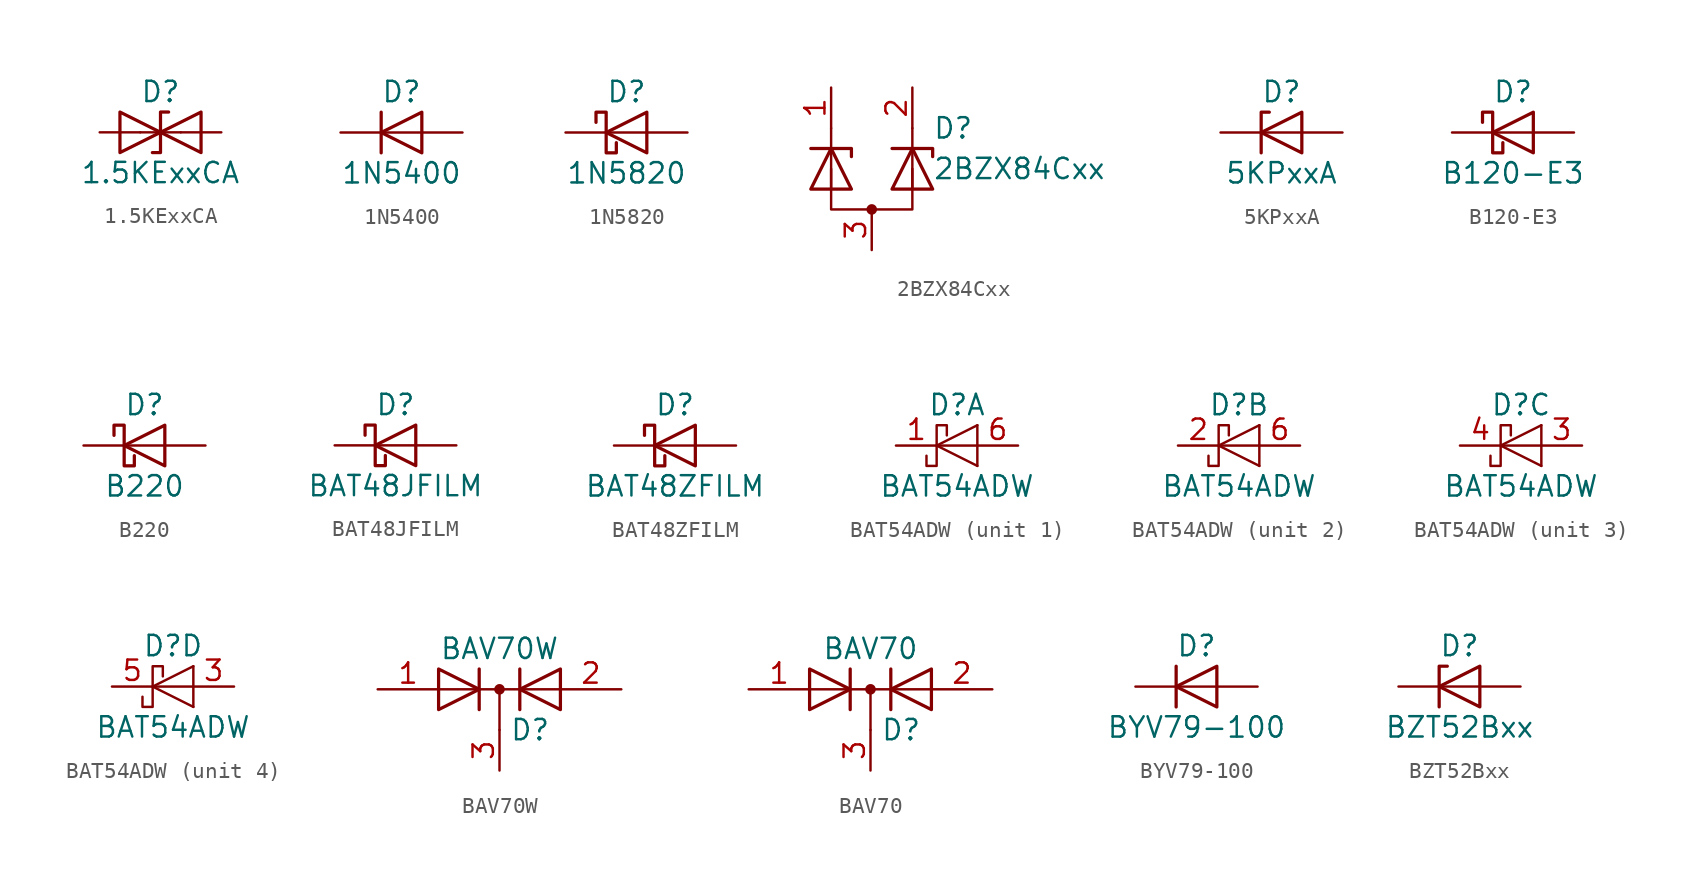
<source format=kicad_sym>
(kicad_symbol_lib
  (version 20201005)
  (generator kicad_symbol_editor)
  (symbol "1.5KExxCA"
    (pin_numbers hide)
    (pin_names
      (offset 1.016) hide)
    (property "Reference" "D"
      (at 0 2.54 0)
      (effects (font (size 1.27 1.27))))
    (property "Value" "1.5KExxCA"
      (at 0 -2.54 0)
      (effects (font (size 1.27 1.27))))
    (symbol "1.5KExxCA_0_1"
      (polyline (pts (xy 1.27 0) (xy -1.27 0)) (stroke (width 0)) (fill (type none)))
      (polyline (pts (xy -2.54 -1.27) (xy 0 0) (xy -2.54 1.27) (xy -2.54 -1.27)) (stroke (width 0.203)) (fill (type none)))
      (polyline (pts (xy 0.508 1.27) (xy 0 1.27) (xy 0 -1.27) (xy -0.508 -1.27)) (stroke (width 0.203)) (fill (type none)))
      (polyline (pts (xy 2.54 1.27) (xy 2.54 -1.27) (xy 0 0) (xy 2.54 1.27)) (stroke (width 0.203)) (fill (type none))))
    (symbol "1.5KExxCA_1_1"
      (pin passive line (at -3.81 0 0) (length 2.54) (name "A1" (effects (font (size 1.27 1.27)))) (number "1" (effects (font (size 1.27 1.27)))))
      (pin passive line (at 3.81 0 180) (length 2.54) (name "A2" (effects (font (size 1.27 1.27)))) (number "2" (effects (font (size 1.27 1.27)))))))
  (symbol "1N5400"
    (pin_numbers hide)
    (pin_names
      (offset 1.016) hide)
    (property "Reference" "D"
      (at 0 2.54 0)
      (effects (font (size 1.27 1.27))))
    (property "Value" "1N5400"
      (at 0 -2.54 0)
      (effects (font (size 1.27 1.27))))
    (symbol "1N5400_0_1"
      (polyline (pts (xy -1.27 1.27) (xy -1.27 -1.27)) (stroke (width 0.203)) (fill (type none)))
      (polyline (pts (xy 1.27 0) (xy -1.27 0)) (stroke (width 0)) (fill (type none)))
      (polyline (pts (xy 1.27 1.27) (xy 1.27 -1.27) (xy -1.27 0) (xy 1.27 1.27)) (stroke (width 0.203)) (fill (type none))))
    (symbol "1N5400_1_1"
      (pin passive line (at -3.81 0 0) (length 2.54) (name "K" (effects (font (size 1.27 1.27)))) (number "1" (effects (font (size 1.27 1.27)))))
      (pin passive line (at 3.81 0 180) (length 2.54) (name "A" (effects (font (size 1.27 1.27)))) (number "2" (effects (font (size 1.27 1.27)))))))
  (symbol "1N5820"
    (pin_numbers hide)
    (pin_names
      (offset 1.016) hide)
    (property "Reference" "D"
      (at 0 2.54 0)
      (effects (font (size 1.27 1.27))))
    (property "Value" "1N5820"
      (at 0 -2.54 0)
      (effects (font (size 1.27 1.27))))
    (symbol "1N5820_0_1"
      (polyline (pts (xy 1.27 0) (xy -1.27 0)) (stroke (width 0)) (fill (type none)))
      (polyline (pts (xy 1.27 1.27) (xy 1.27 -1.27) (xy -1.27 0) (xy 1.27 1.27)) (stroke (width 0.203)) (fill (type none)))
      (polyline (pts (xy -1.905 0.635) (xy -1.905 1.27) (xy -1.27 1.27) (xy -1.27 -1.27) (xy -0.635 -1.27) (xy -0.635 -0.635)) (stroke (width 0.203)) (fill (type none))))
    (symbol "1N5820_1_1"
      (pin passive line (at -3.81 0 0) (length 2.54) (name "K" (effects (font (size 1.27 1.27)))) (number "1" (effects (font (size 1.27 1.27)))))
      (pin passive line (at 3.81 0 180) (length 2.54) (name "A" (effects (font (size 1.27 1.27)))) (number "2" (effects (font (size 1.27 1.27)))))))
  (symbol "2BZX84Cxx"
    (pin_names
      (offset 1.016) hide)
    (property "Reference" "D"
      (at 3.81 2.54 0)
      (effects (font (size 1.27 1.27)) (justify left)))
    (property "Value" "2BZX84Cxx"
      (at 3.81 0 0)
      (effects (font (size 1.27 1.27)) (justify left)))
    (symbol "2BZX84Cxx_0_1"
      (circle (center 0 -2.54) (radius 0.254) (stroke (width 0)) (fill (type outline)))
      (polyline (pts (xy -2.54 -1.27) (xy -2.54 2.54)) (stroke (width 0)) (fill (type none)))
      (polyline (pts (xy 2.54 -1.27) (xy 2.54 2.54)) (stroke (width 0)) (fill (type none)))
      (polyline (pts (xy -3.81 1.27) (xy -1.27 1.27) (xy -1.27 0.762)) (stroke (width 0.203)) (fill (type none)))
      (polyline (pts (xy 1.27 1.27) (xy 3.81 1.27) (xy 3.81 0.762)) (stroke (width 0.203)) (fill (type none)))
      (polyline (pts (xy -2.54 0) (xy -2.54 -2.54) (xy 2.54 -2.54) (xy 2.54 0)) (stroke (width 0)) (fill (type none))))
    (symbol "2BZX84Cxx_1_1"
      (polyline (pts (xy -3.81 -1.27) (xy -1.27 -1.27) (xy -2.54 1.27) (xy -3.81 -1.27)) (stroke (width 0.203)) (fill (type none)))
      (polyline (pts (xy 1.27 -1.27) (xy 3.81 -1.27) (xy 2.54 1.27) (xy 1.27 -1.27)) (stroke (width 0.203)) (fill (type none)))
      (pin passive line (at -2.54 5.08 270) (length 2.54) (name "K" (effects (font (size 1.27 1.27)))) (number "1" (effects (font (size 1.27 1.27)))))
      (pin passive line (at 2.54 5.08 270) (length 2.54) (name "K" (effects (font (size 1.27 1.27)))) (number "2" (effects (font (size 1.27 1.27)))))
      (pin passive line (at 0 -5.08 90) (length 2.54) (name "A" (effects (font (size 1.27 1.27)))) (number "3" (effects (font (size 1.27 1.27)))))))
  (symbol "5KPxxA"
    (pin_numbers hide)
    (pin_names
      (offset 1.016) hide)
    (property "Reference" "D"
      (at 0 2.54 0)
      (effects (font (size 1.27 1.27))))
    (property "Value" "5KPxxA"
      (at 0 -2.54 0)
      (effects (font (size 1.27 1.27))))
    (symbol "5KPxxA_0_1"
      (polyline (pts (xy 1.27 0) (xy -1.27 0)) (stroke (width 0)) (fill (type none)))
      (polyline (pts (xy -0.762 1.27) (xy -1.27 1.27) (xy -1.27 -1.27)) (stroke (width 0.203)) (fill (type none)))
      (polyline (pts (xy 1.27 1.27) (xy 1.27 -1.27) (xy -1.27 0) (xy 1.27 1.27)) (stroke (width 0.203)) (fill (type none))))
    (symbol "5KPxxA_1_1"
      (pin passive line (at -3.81 0 0) (length 2.54) (name "A1" (effects (font (size 1.27 1.27)))) (number "1" (effects (font (size 1.27 1.27)))))
      (pin passive line (at 3.81 0 180) (length 2.54) (name "A2" (effects (font (size 1.27 1.27)))) (number "2" (effects (font (size 1.27 1.27)))))))
  (symbol "B120-E3"
    (pin_numbers hide)
    (pin_names
      (offset 1.016) hide)
    (property "Reference" "D"
      (at 0 2.54 0)
      (effects (font (size 1.27 1.27))))
    (property "Value" "B120-E3"
      (at 0 -2.54 0)
      (effects (font (size 1.27 1.27))))
    (symbol "B120-E3_0_1"
      (polyline (pts (xy 1.27 0) (xy -1.27 0)) (stroke (width 0)) (fill (type none)))
      (polyline (pts (xy 1.27 1.27) (xy 1.27 -1.27) (xy -1.27 0) (xy 1.27 1.27)) (stroke (width 0.203)) (fill (type none)))
      (polyline (pts (xy -1.905 0.635) (xy -1.905 1.27) (xy -1.27 1.27) (xy -1.27 -1.27) (xy -0.635 -1.27) (xy -0.635 -0.635)) (stroke (width 0.203)) (fill (type none))))
    (symbol "B120-E3_1_1"
      (pin passive line (at -3.81 0 0) (length 2.54) (name "K" (effects (font (size 1.27 1.27)))) (number "1" (effects (font (size 1.27 1.27)))))
      (pin passive line (at 3.81 0 180) (length 2.54) (name "A" (effects (font (size 1.27 1.27)))) (number "2" (effects (font (size 1.27 1.27)))))))
  (symbol "B220"
    (pin_numbers hide)
    (pin_names
      (offset 1.016) hide)
    (property "Reference" "D"
      (at 0 2.54 0)
      (effects (font (size 1.27 1.27))))
    (property "Value" "B220"
      (at 0 -2.54 0)
      (effects (font (size 1.27 1.27))))
    (symbol "B220_0_1"
      (polyline (pts (xy 1.27 0) (xy -1.27 0)) (stroke (width 0)) (fill (type none)))
      (polyline (pts (xy 1.27 1.27) (xy 1.27 -1.27) (xy -1.27 0) (xy 1.27 1.27)) (stroke (width 0.203)) (fill (type none)))
      (polyline (pts (xy -1.905 0.635) (xy -1.905 1.27) (xy -1.27 1.27) (xy -1.27 -1.27) (xy -0.635 -1.27) (xy -0.635 -0.635)) (stroke (width 0.203)) (fill (type none))))
    (symbol "B220_1_1"
      (pin passive line (at -3.81 0 0) (length 2.54) (name "K" (effects (font (size 1.27 1.27)))) (number "1" (effects (font (size 1.27 1.27)))))
      (pin passive line (at 3.81 0 180) (length 2.54) (name "A" (effects (font (size 1.27 1.27)))) (number "2" (effects (font (size 1.27 1.27)))))))
  (symbol "BAT48JFILM"
    (pin_numbers hide)
    (pin_names
      (offset 1.016) hide)
    (property "Reference" "D"
      (at 0 2.54 0)
      (effects (font (size 1.27 1.27))))
    (property "Value" "BAT48JFILM"
      (at 0 -2.54 0)
      (effects (font (size 1.27 1.27))))
    (symbol "BAT48JFILM_0_1"
      (polyline (pts (xy 1.27 0) (xy -1.27 0)) (stroke (width 0)) (fill (type none)))
      (polyline (pts (xy 1.27 1.27) (xy 1.27 -1.27) (xy -1.27 0) (xy 1.27 1.27)) (stroke (width 0.203)) (fill (type none)))
      (polyline (pts (xy -1.905 0.635) (xy -1.905 1.27) (xy -1.27 1.27) (xy -1.27 -1.27) (xy -0.635 -1.27) (xy -0.635 -0.635)) (stroke (width 0.203)) (fill (type none))))
    (symbol "BAT48JFILM_1_1"
      (pin passive line (at -3.81 0 0) (length 2.54) (name "K" (effects (font (size 1.27 1.27)))) (number "1" (effects (font (size 1.27 1.27)))))
      (pin passive line (at 3.81 0 180) (length 2.54) (name "A" (effects (font (size 1.27 1.27)))) (number "2" (effects (font (size 1.27 1.27)))))))
  (symbol "BAT48ZFILM"
    (pin_numbers hide)
    (pin_names
      (offset 1.016) hide)
    (property "Reference" "D"
      (at 0 2.54 0)
      (effects (font (size 1.27 1.27))))
    (property "Value" "BAT48ZFILM"
      (at 0 -2.54 0)
      (effects (font (size 1.27 1.27))))
    (symbol "BAT48ZFILM_0_1"
      (polyline (pts (xy 1.27 0) (xy -1.27 0)) (stroke (width 0)) (fill (type none)))
      (polyline (pts (xy 1.27 1.27) (xy 1.27 -1.27) (xy -1.27 0) (xy 1.27 1.27)) (stroke (width 0.203)) (fill (type none)))
      (polyline (pts (xy -1.905 0.635) (xy -1.905 1.27) (xy -1.27 1.27) (xy -1.27 -1.27) (xy -0.635 -1.27) (xy -0.635 -0.635)) (stroke (width 0.203)) (fill (type none))))
    (symbol "BAT48ZFILM_1_1"
      (pin passive line (at -3.81 0 0) (length 2.54) (name "K" (effects (font (size 1.27 1.27)))) (number "1" (effects (font (size 1.27 1.27)))))
      (pin passive line (at 3.81 0 180) (length 2.54) (name "A" (effects (font (size 1.27 1.27)))) (number "2" (effects (font (size 1.27 1.27)))))))
  (symbol "BAT54ADW"
    (pin_names
      (offset 1.016) hide)
    (property "Reference" "D"
      (at 0 2.54 0)
      (effects (font (size 1.27 1.27))))
    (property "Value" "BAT54ADW"
      (at 0 -2.54 0)
      (effects (font (size 1.27 1.27))))
    (symbol "BAT54ADW_0_1"
      (polyline (pts (xy 1.27 -1.27) (xy 1.27 1.27)) (stroke (width 0)) (fill (type none)))
      (polyline (pts (xy 1.27 0) (xy -1.27 0)) (stroke (width 0)) (fill (type none)))
      (polyline (pts (xy 1.27 1.27) (xy -1.27 0) (xy 1.27 -1.27)) (stroke (width 0)) (fill (type none)))
      (polyline (pts (xy -0.635 0.635) (xy -0.635 1.27) (xy -1.27 1.27) (xy -1.27 -1.27) (xy -1.905 -1.27) (xy -1.905 -0.635)) (stroke (width 0)) (fill (type none))))
    (symbol "BAT54ADW_1_1"
      (pin passive line (at -3.81 0 0) (length 2.54) (name "K" (effects (font (size 1.27 1.27)))) (number "1" (effects (font (size 1.27 1.27)))))
      (pin passive line (at 3.81 0 180) (length 2.54) (name "A" (effects (font (size 1.27 1.27)))) (number "6" (effects (font (size 1.27 1.27))))))
    (symbol "BAT54ADW_2_1"
      (pin passive line (at -3.81 0 0) (length 2.54) (name "K" (effects (font (size 1.27 1.27)))) (number "2" (effects (font (size 1.27 1.27)))))
      (pin passive line (at 3.81 0 180) (length 2.54) (name "A" (effects (font (size 1.27 1.27)))) (number "6" (effects (font (size 1.27 1.27))))))
    (symbol "BAT54ADW_3_1"
      (pin passive line (at 3.81 0 180) (length 2.54) (name "A" (effects (font (size 1.27 1.27)))) (number "3" (effects (font (size 1.27 1.27)))))
      (pin passive line (at -3.81 0 0) (length 2.54) (name "K" (effects (font (size 1.27 1.27)))) (number "4" (effects (font (size 1.27 1.27))))))
    (symbol "BAT54ADW_4_1"
      (pin passive line (at 3.81 0 180) (length 2.54) (name "A" (effects (font (size 1.27 1.27)))) (number "3" (effects (font (size 1.27 1.27)))))
      (pin passive line (at -3.81 0 0) (length 2.54) (name "K" (effects (font (size 1.27 1.27)))) (number "5" (effects (font (size 1.27 1.27)))))))
  (symbol "BAV70W"
    (pin_names
      (offset 0.762) hide)
    (property "Reference" "D"
      (at 0.635 -2.54 0)
      (effects (font (size 1.27 1.27)) (justify left)))
    (property "Value" "BAV70W"
      (at 0 2.54 0)
      (effects (font (size 1.27 1.27))))
    (symbol "BAV70W_0_1"
      (circle (center 0 0) (radius 0.254) (stroke (width 0)) (fill (type outline)))
      (polyline (pts (xy -3.81 0) (xy 3.81 0)) (stroke (width 0)) (fill (type none)))
      (polyline (pts (xy 0 0) (xy 0 -2.54)) (stroke (width 0)) (fill (type none)))
      (polyline (pts (xy -1.27 -1.27) (xy -1.27 1.27) (xy -1.27 1.27)) (stroke (width 0.203)) (fill (type none)))
      (polyline (pts (xy 1.27 -1.27) (xy 1.27 1.27) (xy 1.27 1.27)) (stroke (width 0.203)) (fill (type none)))
      (polyline (pts (xy -3.81 1.27) (xy -1.27 0) (xy -3.81 -1.27) (xy -3.81 1.27) (xy -3.81 1.27) (xy -3.81 1.27)) (stroke (width 0.203)) (fill (type none)))
      (polyline (pts (xy 3.81 -1.27) (xy 1.27 0) (xy 3.81 1.27) (xy 3.81 -1.27) (xy 3.81 -1.27) (xy 3.81 -1.27)) (stroke (width 0.203)) (fill (type none)))
      (pin passive line (at -7.62 0 0) (length 3.81) (name "A" (effects (font (size 1.27 1.27)))) (number "1" (effects (font (size 1.27 1.27)))))
      (pin passive line (at 7.62 0 180) (length 3.81) (name "A" (effects (font (size 1.27 1.27)))) (number "2" (effects (font (size 1.27 1.27)))))
      (pin passive line (at 0 -5.08 90) (length 2.54) (name "K" (effects (font (size 1.27 1.27)))) (number "3" (effects (font (size 1.27 1.27)))))))
  (symbol "BAV70"
    (pin_names
      (offset 0.762) hide)
    (property "Reference" "D"
      (at 0.635 -2.54 0)
      (effects (font (size 1.27 1.27)) (justify left)))
    (property "Value" "BAV70"
      (at 0 2.54 0)
      (effects (font (size 1.27 1.27))))
    (symbol "BAV70_0_1"
      (circle (center 0 0) (radius 0.254) (stroke (width 0)) (fill (type outline)))
      (polyline (pts (xy -3.81 0) (xy 3.81 0)) (stroke (width 0)) (fill (type none)))
      (polyline (pts (xy 0 0) (xy 0 -2.54)) (stroke (width 0)) (fill (type none)))
      (polyline (pts (xy -1.27 -1.27) (xy -1.27 1.27) (xy -1.27 1.27)) (stroke (width 0.203)) (fill (type none)))
      (polyline (pts (xy 1.27 -1.27) (xy 1.27 1.27) (xy 1.27 1.27)) (stroke (width 0.203)) (fill (type none)))
      (polyline (pts (xy -3.81 1.27) (xy -1.27 0) (xy -3.81 -1.27) (xy -3.81 1.27) (xy -3.81 1.27) (xy -3.81 1.27)) (stroke (width 0.203)) (fill (type none)))
      (polyline (pts (xy 3.81 -1.27) (xy 1.27 0) (xy 3.81 1.27) (xy 3.81 -1.27) (xy 3.81 -1.27) (xy 3.81 -1.27)) (stroke (width 0.203)) (fill (type none)))
      (pin passive line (at -7.62 0 0) (length 3.81) (name "A" (effects (font (size 1.27 1.27)))) (number "1" (effects (font (size 1.27 1.27)))))
      (pin passive line (at 7.62 0 180) (length 3.81) (name "A" (effects (font (size 1.27 1.27)))) (number "2" (effects (font (size 1.27 1.27)))))
      (pin passive line (at 0 -5.08 90) (length 2.54) (name "K" (effects (font (size 1.27 1.27)))) (number "3" (effects (font (size 1.27 1.27)))))))
  (symbol "BYV79-100"
    (pin_numbers hide)
    (pin_names
      (offset 1.016) hide)
    (property "Reference" "D"
      (at 0 2.54 0)
      (effects (font (size 1.27 1.27))))
    (property "Value" "BYV79-100"
      (at 0 -2.54 0)
      (effects (font (size 1.27 1.27))))
    (symbol "BYV79-100_0_1"
      (polyline (pts (xy -1.27 1.27) (xy -1.27 -1.27)) (stroke (width 0.203)) (fill (type none)))
      (polyline (pts (xy 1.27 0) (xy -1.27 0)) (stroke (width 0)) (fill (type none)))
      (polyline (pts (xy 1.27 1.27) (xy 1.27 -1.27) (xy -1.27 0) (xy 1.27 1.27)) (stroke (width 0.203)) (fill (type none))))
    (symbol "BYV79-100_1_1"
      (pin passive line (at -3.81 0 0) (length 2.54) (name "K" (effects (font (size 1.27 1.27)))) (number "1" (effects (font (size 1.27 1.27)))))
      (pin passive line (at 3.81 0 180) (length 2.54) (name "A" (effects (font (size 1.27 1.27)))) (number "2" (effects (font (size 1.27 1.27)))))))
  (symbol "BZT52Bxx"
    (pin_numbers hide)
    (pin_names
      (offset 1.016) hide)
    (property "Reference" "D"
      (at 0 2.54 0)
      (effects (font (size 1.27 1.27))))
    (property "Value" "BZT52Bxx"
      (at 0 -2.54 0)
      (effects (font (size 1.27 1.27))))
    (symbol "BZT52Bxx_0_1"
      (polyline (pts (xy 1.27 0) (xy -1.27 0)) (stroke (width 0)) (fill (type none)))
      (polyline (pts (xy -1.27 -1.27) (xy -1.27 1.27) (xy -0.762 1.27)) (stroke (width 0.203)) (fill (type none)))
      (polyline (pts (xy 1.27 -1.27) (xy 1.27 1.27) (xy -1.27 0) (xy 1.27 -1.27)) (stroke (width 0.203)) (fill (type none))))
    (symbol "BZT52Bxx_1_1"
      (pin passive line (at -3.81 0 0) (length 2.54) (name "K" (effects (font (size 1.27 1.27)))) (number "1" (effects (font (size 1.27 1.27)))))
      (pin passive line (at 3.81 0 180) (length 2.54) (name "A" (effects (font (size 1.27 1.27)))) (number "2" (effects (font (size 1.27 1.27))))))))
</source>
